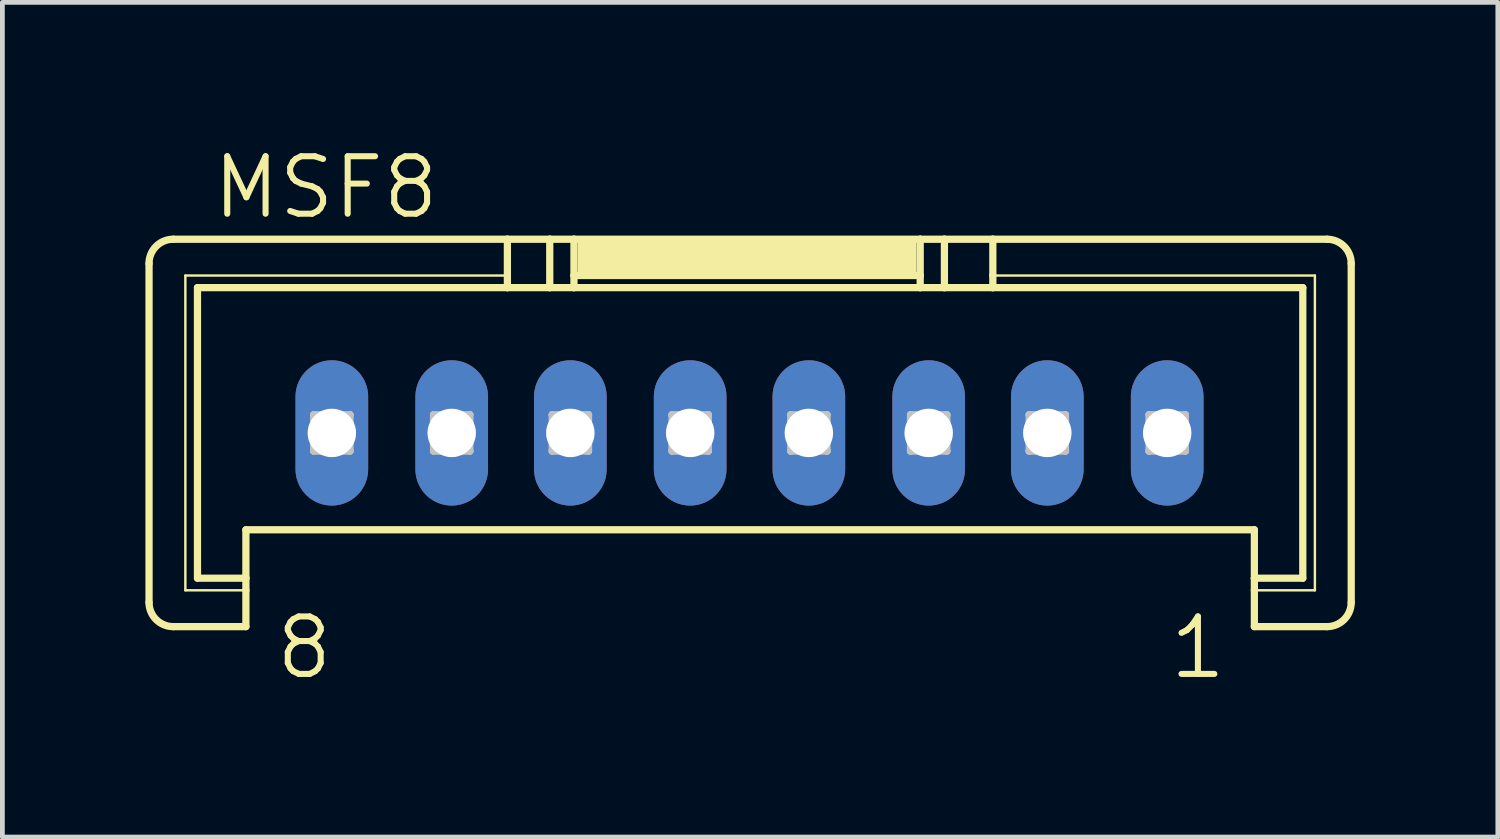
<source format=kicad_pcb>
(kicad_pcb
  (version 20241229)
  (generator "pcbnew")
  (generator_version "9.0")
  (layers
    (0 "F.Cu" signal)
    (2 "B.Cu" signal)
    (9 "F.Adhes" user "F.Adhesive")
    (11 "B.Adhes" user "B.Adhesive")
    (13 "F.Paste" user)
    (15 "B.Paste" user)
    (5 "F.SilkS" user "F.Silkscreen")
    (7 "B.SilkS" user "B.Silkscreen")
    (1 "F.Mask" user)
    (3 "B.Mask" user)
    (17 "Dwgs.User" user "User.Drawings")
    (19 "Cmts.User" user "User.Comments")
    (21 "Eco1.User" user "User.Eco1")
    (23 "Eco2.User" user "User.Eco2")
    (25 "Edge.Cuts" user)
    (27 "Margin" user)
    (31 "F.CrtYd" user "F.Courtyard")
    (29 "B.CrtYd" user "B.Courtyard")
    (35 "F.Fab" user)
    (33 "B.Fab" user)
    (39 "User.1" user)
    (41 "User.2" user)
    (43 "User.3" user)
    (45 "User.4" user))
  (footprint "MSF8"
    (layer "F.Cu")
    (at 12.675 3.493)
    (property "Reference" "MSF8" (at -11.328 -1.905 0) (layer "F.SilkS") (effects (font (size 1.206 1.206) (thickness 0.127)) (justify left bottom)))
    (attr through_hole)
    (fp_line (start -12.598 6.096) (end -12.598 -1.016) (stroke (width 0.152) (type solid)) (layer "F.SilkS"))
    (fp_line (start -12.09 -1.524) (end -5.08 -1.524) (stroke (width 0.152) (type solid)) (layer "F.SilkS"))
    (fp_line (start -11.836 -0.762) (end -5.08 -0.762) (stroke (width 0.051) (type solid)) (layer "F.SilkS"))
    (fp_line (start -11.836 5.842) (end -11.836 -0.762) (stroke (width 0.051) (type solid)) (layer "F.SilkS"))
    (fp_line (start -11.582 -0.508) (end -5.08 -0.508) (stroke (width 0.152) (type solid)) (layer "F.SilkS"))
    (fp_line (start -11.582 5.588) (end -11.582 -0.508) (stroke (width 0.152) (type solid)) (layer "F.SilkS"))
    (fp_line (start -10.566 5.588) (end -11.582 5.588) (stroke (width 0.152) (type solid)) (layer "F.SilkS"))
    (fp_line (start -10.566 5.588) (end -10.566 4.572) (stroke (width 0.152) (type solid)) (layer "F.SilkS"))
    (fp_line (start -10.566 5.588) (end -10.566 5.842) (stroke (width 0.152) (type solid)) (layer "F.SilkS"))
    (fp_line (start -10.566 5.842) (end -11.836 5.842) (stroke (width 0.051) (type solid)) (layer "F.SilkS"))
    (fp_line (start -10.566 5.842) (end -10.566 6.604) (stroke (width 0.152) (type solid)) (layer "F.SilkS"))
    (fp_line (start -10.566 6.604) (end -12.09 6.604) (stroke (width 0.152) (type solid)) (layer "F.SilkS"))
    (fp_line (start -5.08 -1.524) (end -5.08 -0.762) (stroke (width 0.152) (type solid)) (layer "F.SilkS"))
    (fp_line (start -5.08 -1.524) (end -4.191 -1.524) (stroke (width 0.152) (type solid)) (layer "F.SilkS"))
    (fp_line (start -5.08 -0.762) (end -5.08 -0.508) (stroke (width 0.152) (type solid)) (layer "F.SilkS"))
    (fp_line (start -5.08 -0.508) (end -4.191 -0.508) (stroke (width 0.152) (type solid)) (layer "F.SilkS"))
    (fp_line (start -4.191 -1.524) (end -4.191 -0.508) (stroke (width 0.152) (type solid)) (layer "F.SilkS"))
    (fp_line (start -4.191 -1.524) (end -3.683 -1.524) (stroke (width 0.152) (type solid)) (layer "F.SilkS"))
    (fp_line (start -4.191 -0.508) (end -3.683 -0.508) (stroke (width 0.152) (type solid)) (layer "F.SilkS"))
    (fp_line (start -3.683 -1.524) (end -3.683 -0.762) (stroke (width 0.152) (type solid)) (layer "F.SilkS"))
    (fp_line (start -3.683 -1.524) (end 3.581 -1.524) (stroke (width 0.152) (type solid)) (layer "F.SilkS"))
    (fp_line (start -3.683 -0.762) (end -3.683 -0.508) (stroke (width 0.152) (type solid)) (layer "F.SilkS"))
    (fp_line (start -3.683 -0.762) (end 3.581 -0.762) (stroke (width 0.152) (type solid)) (layer "F.SilkS"))
    (fp_line (start -3.683 -0.508) (end 3.581 -0.508) (stroke (width 0.152) (type solid)) (layer "F.SilkS"))
    (fp_line (start 3.581 -1.524) (end 3.581 -0.762) (stroke (width 0.152) (type solid)) (layer "F.SilkS"))
    (fp_line (start 3.581 -1.524) (end 4.089 -1.524) (stroke (width 0.152) (type solid)) (layer "F.SilkS"))
    (fp_line (start 3.581 -0.762) (end 3.581 -0.508) (stroke (width 0.152) (type solid)) (layer "F.SilkS"))
    (fp_line (start 3.581 -0.508) (end 4.089 -0.508) (stroke (width 0.152) (type solid)) (layer "F.SilkS"))
    (fp_line (start 4.089 -1.524) (end 4.089 -0.508) (stroke (width 0.152) (type solid)) (layer "F.SilkS"))
    (fp_line (start 4.089 -1.524) (end 5.105 -1.524) (stroke (width 0.152) (type solid)) (layer "F.SilkS"))
    (fp_line (start 4.089 -0.508) (end 5.105 -0.508) (stroke (width 0.152) (type solid)) (layer "F.SilkS"))
    (fp_line (start 5.105 -1.524) (end 5.105 -0.762) (stroke (width 0.152) (type solid)) (layer "F.SilkS"))
    (fp_line (start 5.105 -1.524) (end 12.116 -1.524) (stroke (width 0.152) (type solid)) (layer "F.SilkS"))
    (fp_line (start 5.105 -0.762) (end 5.105 -0.508) (stroke (width 0.152) (type solid)) (layer "F.SilkS"))
    (fp_line (start 5.105 -0.762) (end 11.862 -0.762) (stroke (width 0.051) (type solid)) (layer "F.SilkS"))
    (fp_line (start 5.105 -0.508) (end 11.608 -0.508) (stroke (width 0.152) (type solid)) (layer "F.SilkS"))
    (fp_line (start 10.592 4.572) (end -10.566 4.572) (stroke (width 0.152) (type solid)) (layer "F.SilkS"))
    (fp_line (start 10.592 5.588) (end 10.592 4.572) (stroke (width 0.152) (type solid)) (layer "F.SilkS"))
    (fp_line (start 10.592 5.842) (end 10.592 5.588) (stroke (width 0.152) (type solid)) (layer "F.SilkS"))
    (fp_line (start 10.592 6.604) (end 10.592 5.842) (stroke (width 0.152) (type solid)) (layer "F.SilkS"))
    (fp_line (start 11.608 -0.508) (end 11.608 5.588) (stroke (width 0.152) (type solid)) (layer "F.SilkS"))
    (fp_line (start 11.608 5.588) (end 10.592 5.588) (stroke (width 0.152) (type solid)) (layer "F.SilkS"))
    (fp_line (start 11.862 -0.762) (end 11.862 5.842) (stroke (width 0.051) (type solid)) (layer "F.SilkS"))
    (fp_line (start 11.862 5.842) (end 10.592 5.842) (stroke (width 0.051) (type solid)) (layer "F.SilkS"))
    (fp_line (start 12.116 6.604) (end 10.592 6.604) (stroke (width 0.152) (type solid)) (layer "F.SilkS"))
    (fp_line (start 12.624 -1.016) (end 12.624 6.096) (stroke (width 0.152) (type solid)) (layer "F.SilkS"))
    (fp_arc (start -12.5984 -1.016) (mid -12.44961 -1.37521) (end -12.0904 -1.524) (stroke (width 0.1524) (type solid)) (layer "F.SilkS"))
    (fp_arc (start -12.0904 6.604) (mid -12.44961 6.45521) (end -12.5984 6.096) (stroke (width 0.1524) (type solid)) (layer "F.SilkS"))
    (fp_arc (start 12.1158 -1.524) (mid 12.47501 -1.37521) (end 12.6238 -1.016) (stroke (width 0.1524) (type solid)) (layer "F.SilkS"))
    (fp_arc (start 12.6238 6.096) (mid 12.47501 6.45521) (end 12.1158 6.604) (stroke (width 0.1524) (type solid)) (layer "F.SilkS"))
    (fp_poly (pts (xy -3.607 -0.762) (xy 3.505 -0.762) (xy 3.505 -1.524) (xy -3.607 -1.524)) (stroke (width 0) (type solid)) (fill yes) (layer "F.SilkS"))
    (fp_line (start -9.144 2.159) (end -9.144 2.921) (stroke (width 0.152) (type solid)) (layer "Dwgs.User"))
    (fp_line (start -9.144 2.159) (end -8.382 2.921) (stroke (width 0.152) (type solid)) (layer "Dwgs.User"))
    (fp_line (start -9.144 2.921) (end -8.382 2.921) (stroke (width 0.152) (type solid)) (layer "Dwgs.User"))
    (fp_line (start -8.382 2.159) (end -9.144 2.159) (stroke (width 0.152) (type solid)) (layer "Dwgs.User"))
    (fp_line (start -8.382 2.159) (end -9.144 2.921) (stroke (width 0.152) (type solid)) (layer "Dwgs.User"))
    (fp_line (start -8.382 2.921) (end -8.382 2.159) (stroke (width 0.152) (type solid)) (layer "Dwgs.User"))
    (fp_line (start -6.629 2.159) (end -6.629 2.921) (stroke (width 0.152) (type solid)) (layer "Dwgs.User"))
    (fp_line (start -6.629 2.159) (end -5.867 2.921) (stroke (width 0.152) (type solid)) (layer "Dwgs.User"))
    (fp_line (start -6.629 2.921) (end -5.867 2.921) (stroke (width 0.152) (type solid)) (layer "Dwgs.User"))
    (fp_line (start -5.867 2.159) (end -6.629 2.159) (stroke (width 0.152) (type solid)) (layer "Dwgs.User"))
    (fp_line (start -5.867 2.159) (end -6.629 2.921) (stroke (width 0.152) (type solid)) (layer "Dwgs.User"))
    (fp_line (start -5.867 2.921) (end -5.867 2.159) (stroke (width 0.152) (type solid)) (layer "Dwgs.User"))
    (fp_line (start -4.14 2.159) (end -4.14 2.921) (stroke (width 0.152) (type solid)) (layer "Dwgs.User"))
    (fp_line (start -4.14 2.159) (end -3.378 2.921) (stroke (width 0.152) (type solid)) (layer "Dwgs.User"))
    (fp_line (start -4.14 2.921) (end -3.378 2.921) (stroke (width 0.152) (type solid)) (layer "Dwgs.User"))
    (fp_line (start -3.378 2.159) (end -4.14 2.159) (stroke (width 0.152) (type solid)) (layer "Dwgs.User"))
    (fp_line (start -3.378 2.159) (end -4.14 2.921) (stroke (width 0.152) (type solid)) (layer "Dwgs.User"))
    (fp_line (start -3.378 2.921) (end -3.378 2.159) (stroke (width 0.152) (type solid)) (layer "Dwgs.User"))
    (fp_line (start -1.626 2.159) (end -1.626 2.921) (stroke (width 0.152) (type solid)) (layer "Dwgs.User"))
    (fp_line (start -1.626 2.159) (end -0.864 2.921) (stroke (width 0.152) (type solid)) (layer "Dwgs.User"))
    (fp_line (start -1.626 2.921) (end -0.864 2.921) (stroke (width 0.152) (type solid)) (layer "Dwgs.User"))
    (fp_line (start -0.864 2.159) (end -1.626 2.159) (stroke (width 0.152) (type solid)) (layer "Dwgs.User"))
    (fp_line (start -0.864 2.159) (end -1.626 2.921) (stroke (width 0.152) (type solid)) (layer "Dwgs.User"))
    (fp_line (start -0.864 2.921) (end -0.864 2.159) (stroke (width 0.152) (type solid)) (layer "Dwgs.User"))
    (fp_line (start 0.864 2.159) (end 0.864 2.921) (stroke (width 0.152) (type solid)) (layer "Dwgs.User"))
    (fp_line (start 0.864 2.159) (end 1.626 2.921) (stroke (width 0.152) (type solid)) (layer "Dwgs.User"))
    (fp_line (start 0.864 2.921) (end 1.626 2.921) (stroke (width 0.152) (type solid)) (layer "Dwgs.User"))
    (fp_line (start 1.626 2.159) (end 0.864 2.159) (stroke (width 0.152) (type solid)) (layer "Dwgs.User"))
    (fp_line (start 1.626 2.159) (end 0.864 2.921) (stroke (width 0.152) (type solid)) (layer "Dwgs.User"))
    (fp_line (start 1.626 2.921) (end 1.626 2.159) (stroke (width 0.152) (type solid)) (layer "Dwgs.User"))
    (fp_line (start 3.378 2.159) (end 3.378 2.921) (stroke (width 0.152) (type solid)) (layer "Dwgs.User"))
    (fp_line (start 3.378 2.159) (end 4.14 2.921) (stroke (width 0.152) (type solid)) (layer "Dwgs.User"))
    (fp_line (start 3.378 2.921) (end 4.14 2.921) (stroke (width 0.152) (type solid)) (layer "Dwgs.User"))
    (fp_line (start 4.14 2.159) (end 3.378 2.159) (stroke (width 0.152) (type solid)) (layer "Dwgs.User"))
    (fp_line (start 4.14 2.159) (end 3.378 2.921) (stroke (width 0.152) (type solid)) (layer "Dwgs.User"))
    (fp_line (start 4.14 2.921) (end 4.14 2.159) (stroke (width 0.152) (type solid)) (layer "Dwgs.User"))
    (fp_line (start 5.867 2.159) (end 5.867 2.921) (stroke (width 0.152) (type solid)) (layer "Dwgs.User"))
    (fp_line (start 5.867 2.159) (end 6.629 2.921) (stroke (width 0.152) (type solid)) (layer "Dwgs.User"))
    (fp_line (start 5.867 2.921) (end 6.629 2.921) (stroke (width 0.152) (type solid)) (layer "Dwgs.User"))
    (fp_line (start 6.629 2.159) (end 5.867 2.159) (stroke (width 0.152) (type solid)) (layer "Dwgs.User"))
    (fp_line (start 6.629 2.159) (end 5.867 2.921) (stroke (width 0.152) (type solid)) (layer "Dwgs.User"))
    (fp_line (start 6.629 2.921) (end 6.629 2.159) (stroke (width 0.152) (type solid)) (layer "Dwgs.User"))
    (fp_line (start 8.382 2.159) (end 8.382 2.921) (stroke (width 0.152) (type solid)) (layer "Dwgs.User"))
    (fp_line (start 8.382 2.159) (end 9.144 2.921) (stroke (width 0.152) (type solid)) (layer "Dwgs.User"))
    (fp_line (start 8.382 2.921) (end 9.144 2.921) (stroke (width 0.152) (type solid)) (layer "Dwgs.User"))
    (fp_line (start 9.144 2.159) (end 8.382 2.159) (stroke (width 0.152) (type solid)) (layer "Dwgs.User"))
    (fp_line (start 9.144 2.159) (end 8.382 2.921) (stroke (width 0.152) (type solid)) (layer "Dwgs.User"))
    (fp_line (start 9.144 2.921) (end 9.144 2.159) (stroke (width 0.152) (type solid)) (layer "Dwgs.User"))
    (fp_text user "8" (at -10 7.75 0) (layer "F.SilkS") (effects (font (size 1.206 1.206) (thickness 0.127)) (justify left bottom)))
    (fp_text user "1" (at 8.75 7.75 0) (layer "F.SilkS") (effects (font (size 1.206 1.206) (thickness 0.127)) (justify left bottom)))
    (pad "1" thru_hole oval (at 8.763 2.54 90) (size 3.048 1.524) (drill 1.016) (layers "*.Cu" "*.Mask"))
    (pad "2" thru_hole oval (at 6.248 2.54 90) (size 3.048 1.524) (drill 1.016) (layers "*.Cu" "*.Mask"))
    (pad "3" thru_hole oval (at 3.759 2.54 90) (size 3.048 1.524) (drill 1.016) (layers "*.Cu" "*.Mask"))
    (pad "4" thru_hole oval (at 1.245 2.54 90) (size 3.048 1.524) (drill 1.016) (layers "*.Cu" "*.Mask"))
    (pad "5" thru_hole oval (at -1.245 2.54 90) (size 3.048 1.524) (drill 1.016) (layers "*.Cu" "*.Mask"))
    (pad "6" thru_hole oval (at -3.759 2.54 90) (size 3.048 1.524) (drill 1.016) (layers "*.Cu" "*.Mask"))
    (pad "7" thru_hole oval (at -6.248 2.54 90) (size 3.048 1.524) (drill 1.016) (layers "*.Cu" "*.Mask"))
    (pad "8" thru_hole oval (at -8.763 2.54 90) (size 3.048 1.524) (drill 1.016) (layers "*.Cu" "*.Mask")))
  (gr_rect
    (start -3 -3)
    (end 28.375 14.512)
    (stroke (width 0.1) (type default))
    (fill no)
    (layer "Edge.Cuts")))
</source>
